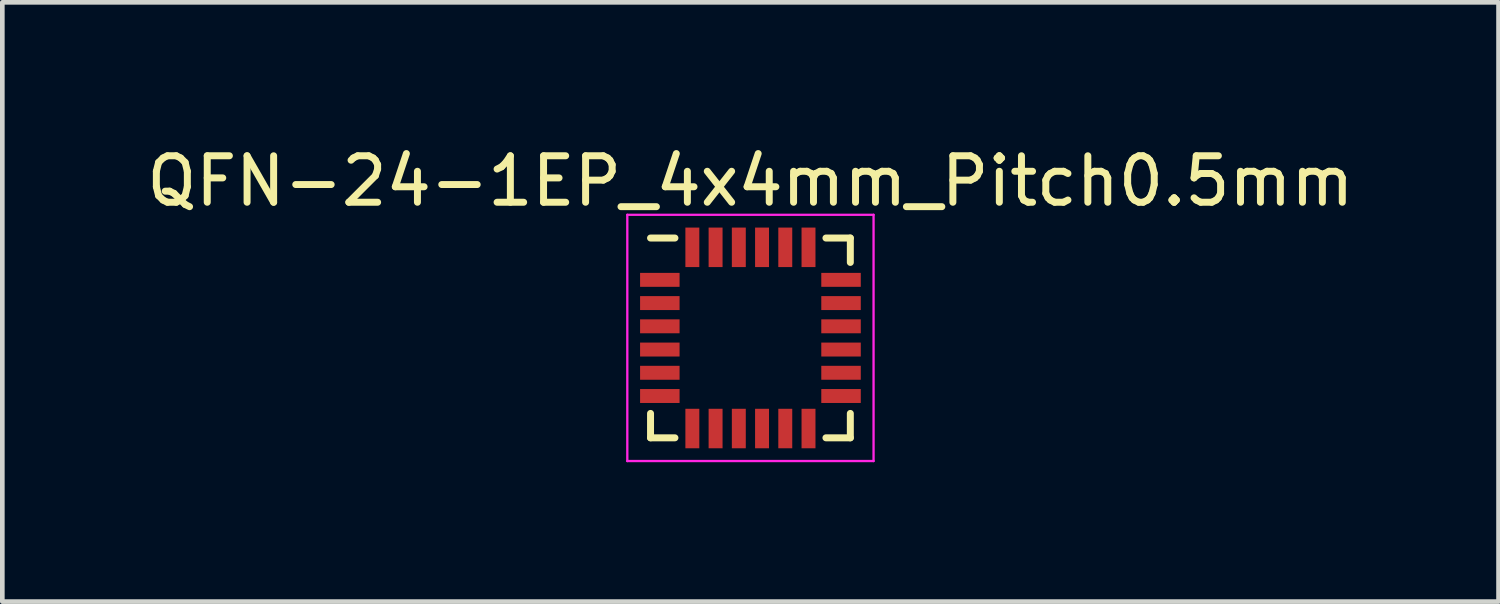
<source format=kicad_pcb>
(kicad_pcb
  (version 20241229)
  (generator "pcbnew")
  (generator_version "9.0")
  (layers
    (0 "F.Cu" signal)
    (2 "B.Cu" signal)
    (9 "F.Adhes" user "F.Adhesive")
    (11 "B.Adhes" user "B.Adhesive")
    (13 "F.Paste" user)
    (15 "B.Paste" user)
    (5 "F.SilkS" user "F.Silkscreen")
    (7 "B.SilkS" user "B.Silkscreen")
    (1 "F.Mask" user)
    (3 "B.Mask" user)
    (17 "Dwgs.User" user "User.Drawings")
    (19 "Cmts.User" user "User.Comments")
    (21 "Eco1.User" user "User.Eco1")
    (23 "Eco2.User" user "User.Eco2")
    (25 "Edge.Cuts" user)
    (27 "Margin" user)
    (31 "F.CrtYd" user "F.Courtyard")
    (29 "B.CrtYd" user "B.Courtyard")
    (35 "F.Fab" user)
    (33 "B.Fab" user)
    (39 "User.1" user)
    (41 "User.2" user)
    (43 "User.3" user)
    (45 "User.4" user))
  (footprint "QFN-24-1EP_4x4mm_Pitch0.5mm"
    (layer "F.Cu")
    (at 13.101 4.223)
    (property "Reference" "QFN-24-1EP_4x4mm_Pitch0.5mm" (at 0 -3.375 0) (layer "F.SilkS") (effects (font (size 1 1) (thickness 0.15))))
    (attr smd)
    (fp_line (start -2.15 -2.15) (end -1.625 -2.15) (stroke (width 0.15) (type solid)) (layer "F.SilkS"))
    (fp_line (start -2.15 2.15) (end -2.15 1.625) (stroke (width 0.15) (type solid)) (layer "F.SilkS"))
    (fp_line (start -2.15 2.15) (end -1.625 2.15) (stroke (width 0.15) (type solid)) (layer "F.SilkS"))
    (fp_line (start 2.15 -2.15) (end 1.625 -2.15) (stroke (width 0.15) (type solid)) (layer "F.SilkS"))
    (fp_line (start 2.15 -2.15) (end 2.15 -1.625) (stroke (width 0.15) (type solid)) (layer "F.SilkS"))
    (fp_line (start 2.15 2.15) (end 1.625 2.15) (stroke (width 0.15) (type solid)) (layer "F.SilkS"))
    (fp_line (start 2.15 2.15) (end 2.15 1.625) (stroke (width 0.15) (type solid)) (layer "F.SilkS"))
    (fp_line (start -2.65 -2.65) (end -2.65 2.65) (stroke (width 0.05) (type solid)) (layer "F.CrtYd"))
    (fp_line (start -2.65 -2.65) (end 2.65 -2.65) (stroke (width 0.05) (type solid)) (layer "F.CrtYd"))
    (fp_line (start -2.65 2.65) (end 2.65 2.65) (stroke (width 0.05) (type solid)) (layer "F.CrtYd"))
    (fp_line (start 2.65 -2.65) (end 2.65 2.65) (stroke (width 0.05) (type solid)) (layer "F.CrtYd"))
    (pad "1" smd rect (at -1.95 -1.25) (size 0.85 0.3) (layers "F.Cu" "F.Mask" "F.Paste"))
    (pad "2" smd rect (at -1.95 -0.75) (size 0.85 0.3) (layers "F.Cu" "F.Mask" "F.Paste"))
    (pad "3" smd rect (at -1.95 -0.25) (size 0.85 0.3) (layers "F.Cu" "F.Mask" "F.Paste"))
    (pad "4" smd rect (at -1.95 0.25) (size 0.85 0.3) (layers "F.Cu" "F.Mask" "F.Paste"))
    (pad "5" smd rect (at -1.95 0.75) (size 0.85 0.3) (layers "F.Cu" "F.Mask" "F.Paste"))
    (pad "6" smd rect (at -1.95 1.25) (size 0.85 0.3) (layers "F.Cu" "F.Mask" "F.Paste"))
    (pad "7" smd rect (at -1.25 1.95 90) (size 0.85 0.3) (layers "F.Cu" "F.Mask" "F.Paste"))
    (pad "8" smd rect (at -0.75 1.95 90) (size 0.85 0.3) (layers "F.Cu" "F.Mask" "F.Paste"))
    (pad "9" smd rect (at -0.25 1.95 90) (size 0.85 0.3) (layers "F.Cu" "F.Mask" "F.Paste"))
    (pad "10" smd rect (at 0.25 1.95 90) (size 0.85 0.3) (layers "F.Cu" "F.Mask" "F.Paste"))
    (pad "11" smd rect (at 0.75 1.95 90) (size 0.85 0.3) (layers "F.Cu" "F.Mask" "F.Paste"))
    (pad "12" smd rect (at 1.25 1.95 90) (size 0.85 0.3) (layers "F.Cu" "F.Mask" "F.Paste"))
    (pad "13" smd rect (at 1.95 1.25) (size 0.85 0.3) (layers "F.Cu" "F.Mask" "F.Paste"))
    (pad "14" smd rect (at 1.95 0.75) (size 0.85 0.3) (layers "F.Cu" "F.Mask" "F.Paste"))
    (pad "15" smd rect (at 1.95 0.25) (size 0.85 0.3) (layers "F.Cu" "F.Mask" "F.Paste"))
    (pad "16" smd rect (at 1.95 -0.25) (size 0.85 0.3) (layers "F.Cu" "F.Mask" "F.Paste"))
    (pad "17" smd rect (at 1.95 -0.75) (size 0.85 0.3) (layers "F.Cu" "F.Mask" "F.Paste"))
    (pad "18" smd rect (at 1.95 -1.25) (size 0.85 0.3) (layers "F.Cu" "F.Mask" "F.Paste"))
    (pad "19" smd rect (at 1.25 -1.95 90) (size 0.85 0.3) (layers "F.Cu" "F.Mask" "F.Paste"))
    (pad "20" smd rect (at 0.75 -1.95 90) (size 0.85 0.3) (layers "F.Cu" "F.Mask" "F.Paste"))
    (pad "21" smd rect (at 0.25 -1.95 90) (size 0.85 0.3) (layers "F.Cu" "F.Mask" "F.Paste"))
    (pad "22" smd rect (at -0.25 -1.95 90) (size 0.85 0.3) (layers "F.Cu" "F.Mask" "F.Paste"))
    (pad "23" smd rect (at -0.75 -1.95 90) (size 0.85 0.3) (layers "F.Cu" "F.Mask" "F.Paste"))
    (pad "24" smd rect (at -1.25 -1.95 90) (size 0.85 0.3) (layers "F.Cu" "F.Mask" "F.Paste")))
  (gr_rect
    (start -3 -3)
    (end 29.202 9.898)
    (stroke (width 0.1) (type default))
    (fill no)
    (layer "Edge.Cuts")))
</source>
